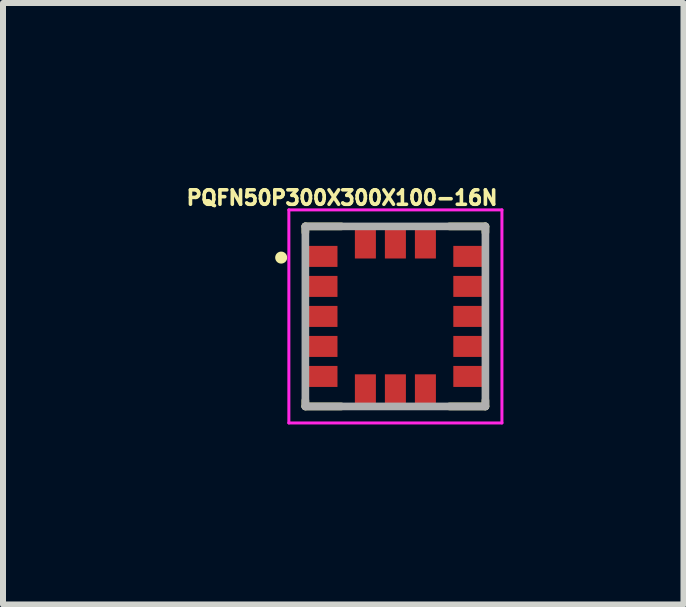
<source format=kicad_pcb>
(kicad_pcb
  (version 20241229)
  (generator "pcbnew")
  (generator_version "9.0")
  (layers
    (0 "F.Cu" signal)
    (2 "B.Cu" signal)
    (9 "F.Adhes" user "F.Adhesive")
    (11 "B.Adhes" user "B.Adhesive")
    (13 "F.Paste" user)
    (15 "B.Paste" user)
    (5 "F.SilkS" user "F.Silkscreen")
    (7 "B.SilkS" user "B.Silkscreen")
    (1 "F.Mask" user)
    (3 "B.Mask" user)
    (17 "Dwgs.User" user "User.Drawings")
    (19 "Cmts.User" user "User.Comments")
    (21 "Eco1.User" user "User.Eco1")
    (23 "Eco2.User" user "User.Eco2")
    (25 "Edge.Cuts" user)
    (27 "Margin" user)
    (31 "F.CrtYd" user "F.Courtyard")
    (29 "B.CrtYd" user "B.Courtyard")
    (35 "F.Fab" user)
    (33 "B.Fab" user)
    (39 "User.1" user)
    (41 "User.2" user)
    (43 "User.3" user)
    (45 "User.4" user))
  (footprint "PQFN50P300X300X100-16N"
    (layer "F.Cu")
    (at 3.538 2.222)
    (property "Reference" "PQFN50P300X300X100-16N" (at -0.889 -1.977 0) (layer "F.SilkS") (effects (font (size 0.24 0.24) (thickness 0.15))))
    (attr smd)
    (fp_line (start -1.5 -1.5) (end -0.9 -1.5) (stroke (width 0.127) (type solid)) (layer "F.SilkS"))
    (fp_line (start -1.5 -1.4) (end -1.5 -1.5) (stroke (width 0.127) (type solid)) (layer "F.SilkS"))
    (fp_line (start -1.5 1.4) (end -1.5 1.5) (stroke (width 0.127) (type solid)) (layer "F.SilkS"))
    (fp_line (start -1.5 1.5) (end -0.9 1.5) (stroke (width 0.127) (type solid)) (layer "F.SilkS"))
    (fp_line (start 0.9 -1.5) (end 1.5 -1.5) (stroke (width 0.127) (type solid)) (layer "F.SilkS"))
    (fp_line (start 0.9 1.5) (end 1.5 1.5) (stroke (width 0.127) (type solid)) (layer "F.SilkS"))
    (fp_line (start 1.5 -1.5) (end 1.5 -1.4) (stroke (width 0.127) (type solid)) (layer "F.SilkS"))
    (fp_line (start 1.5 1.5) (end 1.5 1.4) (stroke (width 0.127) (type solid)) (layer "F.SilkS"))
    (fp_circle (center -1.903 -0.98) (end -1.803 -0.98) (stroke (width 0) (type solid)) (fill yes) (layer "F.SilkS"))
    (fp_line (start -1.775 -1.775) (end 1.775 -1.775) (stroke (width 0.05) (type solid)) (layer "F.CrtYd"))
    (fp_line (start -1.775 1.775) (end -1.775 -1.775) (stroke (width 0.05) (type solid)) (layer "F.CrtYd"))
    (fp_line (start 1.775 -1.775) (end 1.775 1.775) (stroke (width 0.05) (type solid)) (layer "F.CrtYd"))
    (fp_line (start 1.775 1.775) (end -1.775 1.775) (stroke (width 0.05) (type solid)) (layer "F.CrtYd"))
    (fp_line (start -1.5 -1.5) (end 1.5 -1.5) (stroke (width 0.127) (type solid)) (layer "F.Fab"))
    (fp_line (start -1.5 1.5) (end -1.5 -1.5) (stroke (width 0.127) (type solid)) (layer "F.Fab"))
    (fp_line (start 1.5 -1.5) (end 1.5 1.5) (stroke (width 0.127) (type solid)) (layer "F.Fab"))
    (fp_line (start 1.5 1.5) (end -1.5 1.5) (stroke (width 0.127) (type solid)) (layer "F.Fab"))
    (pad "1" smd rect (at -1.225 -1) (size 0.52 0.35) (layers "F.Cu" "F.Mask" "F.Paste"))
    (pad "2" smd rect (at -1.225 -0.5) (size 0.52 0.35) (layers "F.Cu" "F.Mask" "F.Paste"))
    (pad "3" smd rect (at -1.225 0) (size 0.52 0.35) (layers "F.Cu" "F.Mask" "F.Paste"))
    (pad "4" smd rect (at -1.225 0.5) (size 0.52 0.35) (layers "F.Cu" "F.Mask" "F.Paste"))
    (pad "5" smd rect (at -1.225 1) (size 0.52 0.35) (layers "F.Cu" "F.Mask" "F.Paste"))
    (pad "6" smd rect (at -0.5 1.225) (size 0.35 0.52) (layers "F.Cu" "F.Mask" "F.Paste"))
    (pad "7" smd rect (at 0 1.225) (size 0.35 0.52) (layers "F.Cu" "F.Mask" "F.Paste"))
    (pad "8" smd rect (at 0.5 1.225) (size 0.35 0.52) (layers "F.Cu" "F.Mask" "F.Paste"))
    (pad "9" smd rect (at 1.225 1) (size 0.52 0.35) (layers "F.Cu" "F.Mask" "F.Paste"))
    (pad "10" smd rect (at 1.225 0.5) (size 0.52 0.35) (layers "F.Cu" "F.Mask" "F.Paste"))
    (pad "11" smd rect (at 1.225 0) (size 0.52 0.35) (layers "F.Cu" "F.Mask" "F.Paste"))
    (pad "12" smd rect (at 1.225 -0.5) (size 0.52 0.35) (layers "F.Cu" "F.Mask" "F.Paste"))
    (pad "13" smd rect (at 1.225 -1) (size 0.52 0.35) (layers "F.Cu" "F.Mask" "F.Paste"))
    (pad "14" smd rect (at 0.5 -1.225) (size 0.35 0.52) (layers "F.Cu" "F.Mask" "F.Paste"))
    (pad "15" smd rect (at 0 -1.225) (size 0.35 0.52) (layers "F.Cu" "F.Mask" "F.Paste"))
    (pad "16" smd rect (at -0.5 -1.225) (size 0.35 0.52) (layers "F.Cu" "F.Mask" "F.Paste")))
  (gr_rect
    (start -3 -3)
    (end 8.338 7.022)
    (stroke (width 0.1) (type default))
    (fill no)
    (layer "Edge.Cuts")))
</source>
